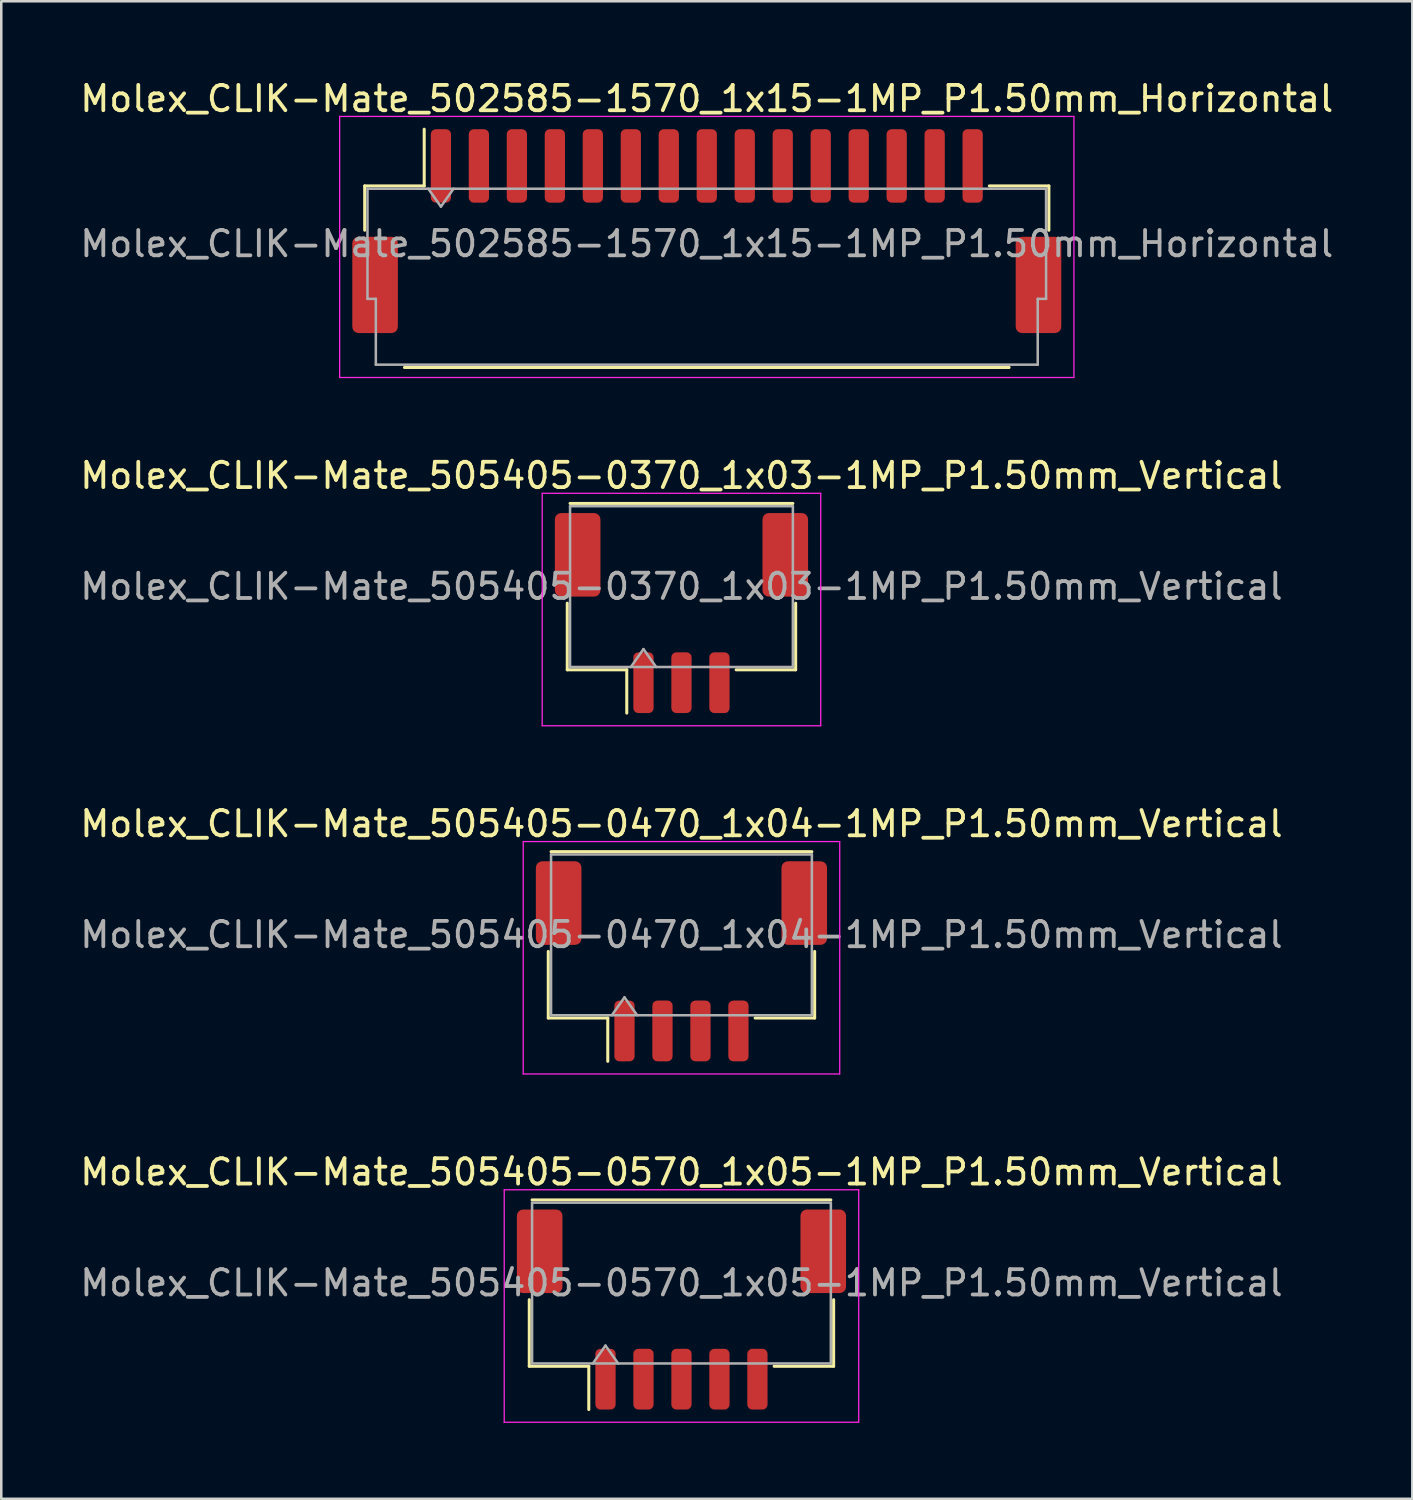
<source format=kicad_pcb>
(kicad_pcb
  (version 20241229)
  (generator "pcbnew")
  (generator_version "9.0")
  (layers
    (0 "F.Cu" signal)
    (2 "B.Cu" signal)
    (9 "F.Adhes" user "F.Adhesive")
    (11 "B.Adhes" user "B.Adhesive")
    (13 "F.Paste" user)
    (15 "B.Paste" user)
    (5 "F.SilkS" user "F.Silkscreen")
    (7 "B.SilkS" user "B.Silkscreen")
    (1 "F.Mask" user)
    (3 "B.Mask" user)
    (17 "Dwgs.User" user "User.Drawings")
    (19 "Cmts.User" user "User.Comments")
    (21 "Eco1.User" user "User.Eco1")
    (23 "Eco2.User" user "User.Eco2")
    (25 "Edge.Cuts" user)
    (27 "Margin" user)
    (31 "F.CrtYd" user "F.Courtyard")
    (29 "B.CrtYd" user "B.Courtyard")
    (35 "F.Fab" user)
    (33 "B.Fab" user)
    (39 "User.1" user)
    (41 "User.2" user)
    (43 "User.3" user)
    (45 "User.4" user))
  (footprint "Molex_CLIK-Mate_505405-0570_1x05-1MP_P1.50mm_Vertical"
    (layer "F.Cu")
    (at 23.863 48.668)
    (property "Reference" "Molex_CLIK-Mate_505405-0570_1x05-1MP_P1.50mm_Vertical" (at 0 -5.43 0) (layer "F.SilkS") (effects (font (size 1 1) (thickness 0.15))))
    (attr smd)
    (fp_line (start -6.01 -0.39) (end -6.01 2.24) (stroke (width 0.12) (type solid)) (layer "F.SilkS"))
    (fp_line (start -6.01 2.24) (end -3.66 2.24) (stroke (width 0.12) (type solid)) (layer "F.SilkS"))
    (fp_line (start -5.9 -4.33) (end 5.9 -4.33) (stroke (width 0.12) (type solid)) (layer "F.SilkS"))
    (fp_line (start -3.66 2.24) (end -3.66 3.95) (stroke (width 0.12) (type solid)) (layer "F.SilkS"))
    (fp_line (start 6.01 -0.39) (end 6.01 2.24) (stroke (width 0.12) (type solid)) (layer "F.SilkS"))
    (fp_line (start 6.01 2.24) (end 3.66 2.24) (stroke (width 0.12) (type solid)) (layer "F.SilkS"))
    (fp_line (start -7 -4.73) (end -7 4.45) (stroke (width 0.05) (type solid)) (layer "F.CrtYd"))
    (fp_line (start -7 4.45) (end 7 4.45) (stroke (width 0.05) (type solid)) (layer "F.CrtYd"))
    (fp_line (start 7 -4.73) (end -7 -4.73) (stroke (width 0.05) (type solid)) (layer "F.CrtYd"))
    (fp_line (start 7 4.45) (end 7 -4.73) (stroke (width 0.05) (type solid)) (layer "F.CrtYd"))
    (fp_line (start -5.9 -4.22) (end 5.9 -4.22) (stroke (width 0.1) (type solid)) (layer "F.Fab"))
    (fp_line (start -5.9 2.13) (end -5.9 -4.22) (stroke (width 0.1) (type solid)) (layer "F.Fab"))
    (fp_line (start -5.9 2.13) (end 5.9 2.13) (stroke (width 0.1) (type solid)) (layer "F.Fab"))
    (fp_line (start -3.5 2.13) (end -3 1.423) (stroke (width 0.1) (type solid)) (layer "F.Fab"))
    (fp_line (start -3 1.423) (end -2.5 2.13) (stroke (width 0.1) (type solid)) (layer "F.Fab"))
    (fp_line (start 5.9 2.13) (end 5.9 -4.22) (stroke (width 0.1) (type solid)) (layer "F.Fab"))
    (fp_text user "${REFERENCE}" (at 0 -1.05 0) (layer "F.Fab") (effects (font (size 1 1) (thickness 0.15))))
    (pad "1" smd roundrect (at -3 2.75) (size 0.8 2.4) (layers "F.Cu" "F.Mask" "F.Paste") (roundrect_rratio 0.25))
    (pad "2" smd roundrect (at -1.5 2.75) (size 0.8 2.4) (layers "F.Cu" "F.Mask" "F.Paste") (roundrect_rratio 0.25))
    (pad "3" smd roundrect (at 0 2.75) (size 0.8 2.4) (layers "F.Cu" "F.Mask" "F.Paste") (roundrect_rratio 0.25))
    (pad "4" smd roundrect (at 1.5 2.75) (size 0.8 2.4) (layers "F.Cu" "F.Mask" "F.Paste") (roundrect_rratio 0.25))
    (pad "5" smd roundrect (at 3 2.75) (size 0.8 2.4) (layers "F.Cu" "F.Mask" "F.Paste") (roundrect_rratio 0.25))
    (pad "MP" smd roundrect (at -5.6 -2.3) (size 1.8 3.3) (layers "F.Cu" "F.Mask" "F.Paste") (roundrect_rratio 0.139))
    (pad "MP" smd roundrect (at 5.6 -2.3) (size 1.8 3.3) (layers "F.Cu" "F.Mask" "F.Paste") (roundrect_rratio 0.139)))
  (footprint "Molex_CLIK-Mate_505405-0470_1x04-1MP_P1.50mm_Vertical"
    (layer "F.Cu")
    (at 23.863 34.915)
    (property "Reference" "Molex_CLIK-Mate_505405-0470_1x04-1MP_P1.50mm_Vertical" (at 0 -5.43 0) (layer "F.SilkS") (effects (font (size 1 1) (thickness 0.15))))
    (attr smd)
    (fp_line (start -5.26 -0.39) (end -5.26 2.24) (stroke (width 0.12) (type solid)) (layer "F.SilkS"))
    (fp_line (start -5.26 2.24) (end -2.91 2.24) (stroke (width 0.12) (type solid)) (layer "F.SilkS"))
    (fp_line (start -5.15 -4.33) (end 5.15 -4.33) (stroke (width 0.12) (type solid)) (layer "F.SilkS"))
    (fp_line (start -2.91 2.24) (end -2.91 3.95) (stroke (width 0.12) (type solid)) (layer "F.SilkS"))
    (fp_line (start 5.26 -0.39) (end 5.26 2.24) (stroke (width 0.12) (type solid)) (layer "F.SilkS"))
    (fp_line (start 5.26 2.24) (end 2.91 2.24) (stroke (width 0.12) (type solid)) (layer "F.SilkS"))
    (fp_line (start -6.25 -4.73) (end -6.25 4.45) (stroke (width 0.05) (type solid)) (layer "F.CrtYd"))
    (fp_line (start -6.25 4.45) (end 6.25 4.45) (stroke (width 0.05) (type solid)) (layer "F.CrtYd"))
    (fp_line (start 6.25 -4.73) (end -6.25 -4.73) (stroke (width 0.05) (type solid)) (layer "F.CrtYd"))
    (fp_line (start 6.25 4.45) (end 6.25 -4.73) (stroke (width 0.05) (type solid)) (layer "F.CrtYd"))
    (fp_line (start -5.15 -4.22) (end 5.15 -4.22) (stroke (width 0.1) (type solid)) (layer "F.Fab"))
    (fp_line (start -5.15 2.13) (end -5.15 -4.22) (stroke (width 0.1) (type solid)) (layer "F.Fab"))
    (fp_line (start -5.15 2.13) (end 5.15 2.13) (stroke (width 0.1) (type solid)) (layer "F.Fab"))
    (fp_line (start -2.75 2.13) (end -2.25 1.423) (stroke (width 0.1) (type solid)) (layer "F.Fab"))
    (fp_line (start -2.25 1.423) (end -1.75 2.13) (stroke (width 0.1) (type solid)) (layer "F.Fab"))
    (fp_line (start 5.15 2.13) (end 5.15 -4.22) (stroke (width 0.1) (type solid)) (layer "F.Fab"))
    (fp_text user "${REFERENCE}" (at 0 -1.05 0) (layer "F.Fab") (effects (font (size 1 1) (thickness 0.15))))
    (pad "1" smd roundrect (at -2.25 2.75) (size 0.8 2.4) (layers "F.Cu" "F.Mask" "F.Paste") (roundrect_rratio 0.25))
    (pad "2" smd roundrect (at -0.75 2.75) (size 0.8 2.4) (layers "F.Cu" "F.Mask" "F.Paste") (roundrect_rratio 0.25))
    (pad "3" smd roundrect (at 0.75 2.75) (size 0.8 2.4) (layers "F.Cu" "F.Mask" "F.Paste") (roundrect_rratio 0.25))
    (pad "4" smd roundrect (at 2.25 2.75) (size 0.8 2.4) (layers "F.Cu" "F.Mask" "F.Paste") (roundrect_rratio 0.25))
    (pad "MP" smd roundrect (at -4.85 -2.3) (size 1.8 3.3) (layers "F.Cu" "F.Mask" "F.Paste") (roundrect_rratio 0.139))
    (pad "MP" smd roundrect (at 4.85 -2.3) (size 1.8 3.3) (layers "F.Cu" "F.Mask" "F.Paste") (roundrect_rratio 0.139)))
  (footprint "Molex_CLIK-Mate_505405-0370_1x03-1MP_P1.50mm_Vertical"
    (layer "F.Cu")
    (at 23.863 21.162)
    (property "Reference" "Molex_CLIK-Mate_505405-0370_1x03-1MP_P1.50mm_Vertical" (at 0 -5.43 0) (layer "F.SilkS") (effects (font (size 1 1) (thickness 0.15))))
    (attr smd)
    (fp_line (start -4.51 -0.39) (end -4.51 2.24) (stroke (width 0.12) (type solid)) (layer "F.SilkS"))
    (fp_line (start -4.51 2.24) (end -2.16 2.24) (stroke (width 0.12) (type solid)) (layer "F.SilkS"))
    (fp_line (start -4.4 -4.33) (end 4.4 -4.33) (stroke (width 0.12) (type solid)) (layer "F.SilkS"))
    (fp_line (start -2.16 2.24) (end -2.16 3.95) (stroke (width 0.12) (type solid)) (layer "F.SilkS"))
    (fp_line (start 4.51 -0.39) (end 4.51 2.24) (stroke (width 0.12) (type solid)) (layer "F.SilkS"))
    (fp_line (start 4.51 2.24) (end 2.16 2.24) (stroke (width 0.12) (type solid)) (layer "F.SilkS"))
    (fp_line (start -5.5 -4.73) (end -5.5 4.45) (stroke (width 0.05) (type solid)) (layer "F.CrtYd"))
    (fp_line (start -5.5 4.45) (end 5.5 4.45) (stroke (width 0.05) (type solid)) (layer "F.CrtYd"))
    (fp_line (start 5.5 -4.73) (end -5.5 -4.73) (stroke (width 0.05) (type solid)) (layer "F.CrtYd"))
    (fp_line (start 5.5 4.45) (end 5.5 -4.73) (stroke (width 0.05) (type solid)) (layer "F.CrtYd"))
    (fp_line (start -4.4 -4.22) (end 4.4 -4.22) (stroke (width 0.1) (type solid)) (layer "F.Fab"))
    (fp_line (start -4.4 2.13) (end -4.4 -4.22) (stroke (width 0.1) (type solid)) (layer "F.Fab"))
    (fp_line (start -4.4 2.13) (end 4.4 2.13) (stroke (width 0.1) (type solid)) (layer "F.Fab"))
    (fp_line (start -2 2.13) (end -1.5 1.423) (stroke (width 0.1) (type solid)) (layer "F.Fab"))
    (fp_line (start -1.5 1.423) (end -1 2.13) (stroke (width 0.1) (type solid)) (layer "F.Fab"))
    (fp_line (start 4.4 2.13) (end 4.4 -4.22) (stroke (width 0.1) (type solid)) (layer "F.Fab"))
    (fp_text user "${REFERENCE}" (at 0 -1.05 0) (layer "F.Fab") (effects (font (size 1 1) (thickness 0.15))))
    (pad "1" smd roundrect (at -1.5 2.75) (size 0.8 2.4) (layers "F.Cu" "F.Mask" "F.Paste") (roundrect_rratio 0.25))
    (pad "2" smd roundrect (at 0 2.75) (size 0.8 2.4) (layers "F.Cu" "F.Mask" "F.Paste") (roundrect_rratio 0.25))
    (pad "3" smd roundrect (at 1.5 2.75) (size 0.8 2.4) (layers "F.Cu" "F.Mask" "F.Paste") (roundrect_rratio 0.25))
    (pad "MP" smd roundrect (at -4.1 -2.3) (size 1.8 3.3) (layers "F.Cu" "F.Mask" "F.Paste") (roundrect_rratio 0.139))
    (pad "MP" smd roundrect (at 4.1 -2.3) (size 1.8 3.3) (layers "F.Cu" "F.Mask" "F.Paste") (roundrect_rratio 0.139)))
  (footprint "Molex_CLIK-Mate_502585-1570_1x15-1MP_P1.50mm_Horizontal"
    (layer "F.Cu")
    (at 24.863 6.078)
    (property "Reference" "Molex_CLIK-Mate_502585-1570_1x15-1MP_P1.50mm_Horizontal" (at 0 -5.23 0) (layer "F.SilkS") (effects (font (size 1 1) (thickness 0.15))))
    (attr smd)
    (fp_line (start -13.51 -1.785) (end -11.16 -1.785) (stroke (width 0.12) (type solid)) (layer "F.SilkS"))
    (fp_line (start -13.51 -0.035) (end -13.51 -1.785) (stroke (width 0.12) (type solid)) (layer "F.SilkS"))
    (fp_line (start -11.94 5.385) (end 11.94 5.385) (stroke (width 0.12) (type solid)) (layer "F.SilkS"))
    (fp_line (start -11.16 -1.785) (end -11.16 -4.025) (stroke (width 0.12) (type solid)) (layer "F.SilkS"))
    (fp_line (start 13.51 -1.785) (end 11.16 -1.785) (stroke (width 0.12) (type solid)) (layer "F.SilkS"))
    (fp_line (start 13.51 -0.035) (end 13.51 -1.785) (stroke (width 0.12) (type solid)) (layer "F.SilkS"))
    (fp_line (start -14.5 -4.53) (end -14.5 5.78) (stroke (width 0.05) (type solid)) (layer "F.CrtYd"))
    (fp_line (start -14.5 5.78) (end 14.5 5.78) (stroke (width 0.05) (type solid)) (layer "F.CrtYd"))
    (fp_line (start 14.5 -4.53) (end -14.5 -4.53) (stroke (width 0.05) (type solid)) (layer "F.CrtYd"))
    (fp_line (start 14.5 5.78) (end 14.5 -4.53) (stroke (width 0.05) (type solid)) (layer "F.CrtYd"))
    (fp_line (start -13.4 -1.675) (end -13.4 2.675) (stroke (width 0.1) (type solid)) (layer "F.Fab"))
    (fp_line (start -13.4 -1.675) (end 13.4 -1.675) (stroke (width 0.1) (type solid)) (layer "F.Fab"))
    (fp_line (start -13.4 2.675) (end -13.07 2.675) (stroke (width 0.1) (type solid)) (layer "F.Fab"))
    (fp_line (start -13.07 2.675) (end -13.07 5.275) (stroke (width 0.1) (type solid)) (layer "F.Fab"))
    (fp_line (start -13.07 5.275) (end 13.07 5.275) (stroke (width 0.1) (type solid)) (layer "F.Fab"))
    (fp_line (start -11 -1.675) (end -10.5 -0.968) (stroke (width 0.1) (type solid)) (layer "F.Fab"))
    (fp_line (start -10.5 -0.968) (end -10 -1.675) (stroke (width 0.1) (type solid)) (layer "F.Fab"))
    (fp_line (start 13.07 2.675) (end 13.4 2.675) (stroke (width 0.1) (type solid)) (layer "F.Fab"))
    (fp_line (start 13.07 5.275) (end 13.07 2.675) (stroke (width 0.1) (type solid)) (layer "F.Fab"))
    (fp_line (start 13.4 -1.675) (end 13.4 2.675) (stroke (width 0.1) (type solid)) (layer "F.Fab"))
    (fp_text user "${REFERENCE}" (at 0 0.5 0) (layer "F.Fab") (effects (font (size 1 1) (thickness 0.15))))
    (pad "1" smd roundrect (at -10.5 -2.575) (size 0.8 2.9) (layers "F.Cu" "F.Mask" "F.Paste") (roundrect_rratio 0.25))
    (pad "2" smd roundrect (at -9 -2.575) (size 0.8 2.9) (layers "F.Cu" "F.Mask" "F.Paste") (roundrect_rratio 0.25))
    (pad "3" smd roundrect (at -7.5 -2.575) (size 0.8 2.9) (layers "F.Cu" "F.Mask" "F.Paste") (roundrect_rratio 0.25))
    (pad "4" smd roundrect (at -6 -2.575) (size 0.8 2.9) (layers "F.Cu" "F.Mask" "F.Paste") (roundrect_rratio 0.25))
    (pad "5" smd roundrect (at -4.5 -2.575) (size 0.8 2.9) (layers "F.Cu" "F.Mask" "F.Paste") (roundrect_rratio 0.25))
    (pad "6" smd roundrect (at -3 -2.575) (size 0.8 2.9) (layers "F.Cu" "F.Mask" "F.Paste") (roundrect_rratio 0.25))
    (pad "7" smd roundrect (at -1.5 -2.575) (size 0.8 2.9) (layers "F.Cu" "F.Mask" "F.Paste") (roundrect_rratio 0.25))
    (pad "8" smd roundrect (at 0 -2.575) (size 0.8 2.9) (layers "F.Cu" "F.Mask" "F.Paste") (roundrect_rratio 0.25))
    (pad "9" smd roundrect (at 1.5 -2.575) (size 0.8 2.9) (layers "F.Cu" "F.Mask" "F.Paste") (roundrect_rratio 0.25))
    (pad "10" smd roundrect (at 3 -2.575) (size 0.8 2.9) (layers "F.Cu" "F.Mask" "F.Paste") (roundrect_rratio 0.25))
    (pad "11" smd roundrect (at 4.5 -2.575) (size 0.8 2.9) (layers "F.Cu" "F.Mask" "F.Paste") (roundrect_rratio 0.25))
    (pad "12" smd roundrect (at 6 -2.575) (size 0.8 2.9) (layers "F.Cu" "F.Mask" "F.Paste") (roundrect_rratio 0.25))
    (pad "13" smd roundrect (at 7.5 -2.575) (size 0.8 2.9) (layers "F.Cu" "F.Mask" "F.Paste") (roundrect_rratio 0.25))
    (pad "14" smd roundrect (at 9 -2.575) (size 0.8 2.9) (layers "F.Cu" "F.Mask" "F.Paste") (roundrect_rratio 0.25))
    (pad "15" smd roundrect (at 10.5 -2.575) (size 0.8 2.9) (layers "F.Cu" "F.Mask" "F.Paste") (roundrect_rratio 0.25))
    (pad "MP" smd roundrect (at -13.1 2.125) (size 1.8 3.8) (layers "F.Cu" "F.Mask" "F.Paste") (roundrect_rratio 0.139))
    (pad "MP" smd roundrect (at 13.1 2.125) (size 1.8 3.8) (layers "F.Cu" "F.Mask" "F.Paste") (roundrect_rratio 0.139)))
  (gr_rect
    (start -3 -3)
    (end 52.726 56.143)
    (stroke (width 0.1) (type default))
    (fill no)
    (layer "Edge.Cuts")))
</source>
